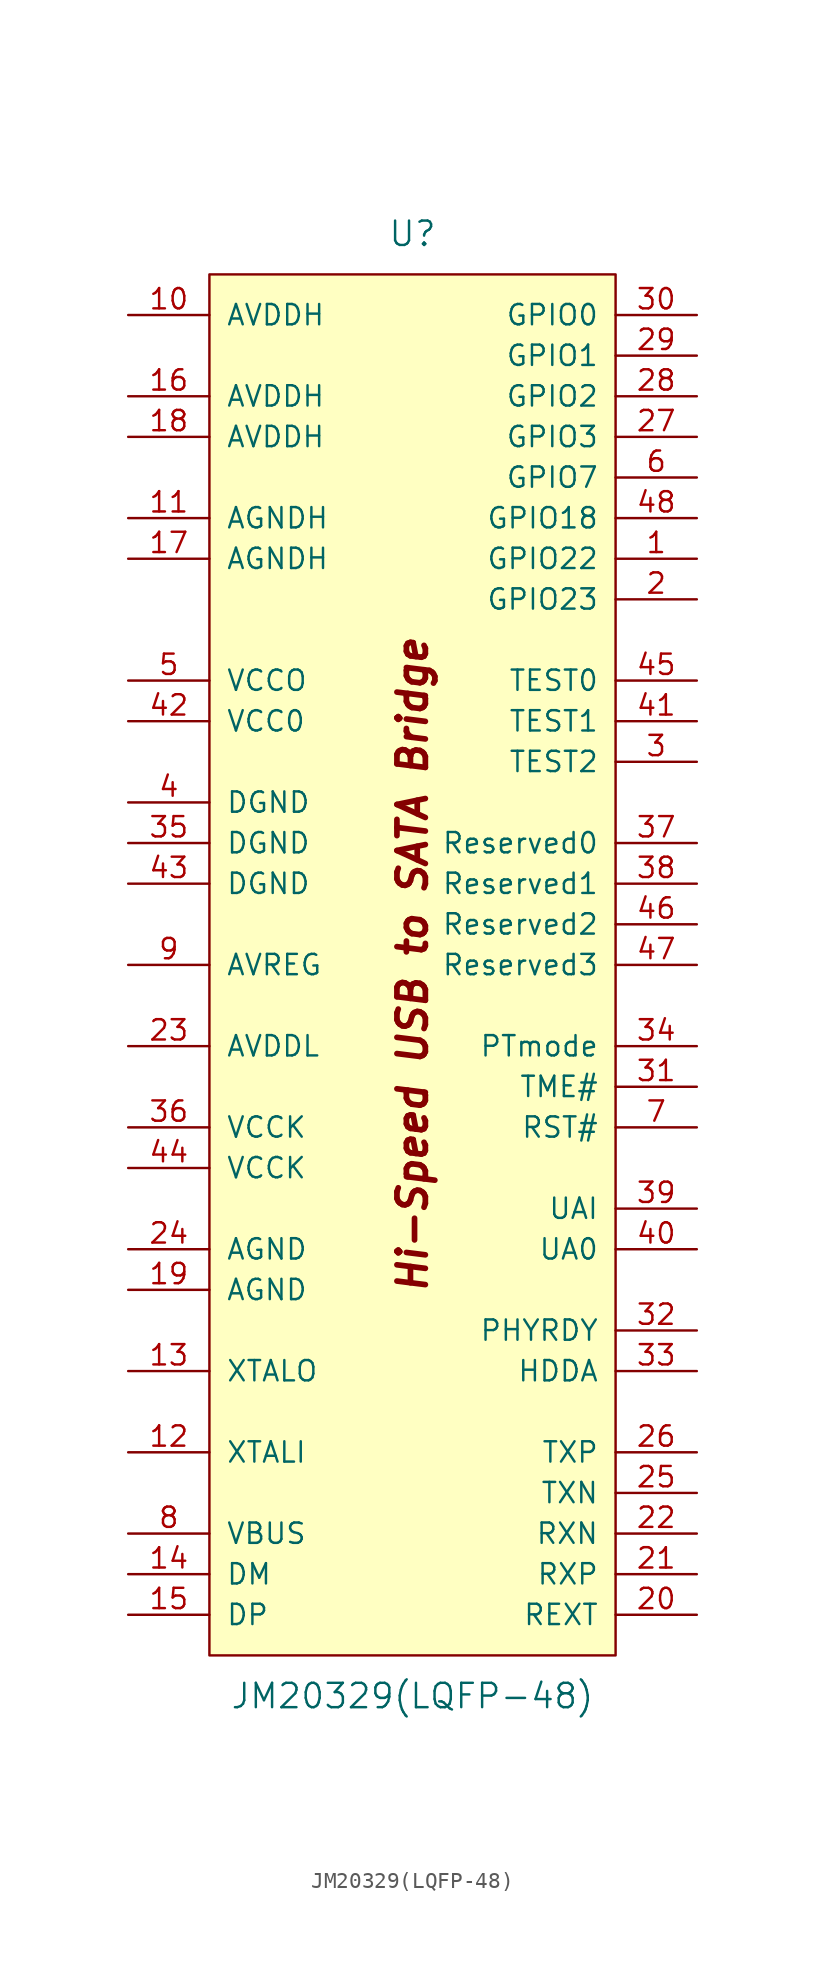
<source format=kicad_sym>
(kicad_symbol_lib
  (version 20220914)
  (generator kicad_symbol_editor)
  (symbol "JM20329(LQFP-48)"
    (pin_names
      (offset 1.016))
    (property "Reference" "U"
      (at 0 45.72 0)
      (effects (font (size 1.524 1.524))))
    (property "Value" "JM20329(LQFP-48)"
      (at 0 -45.72 0)
      (effects (font (size 1.524 1.524))))
    (symbol "JM20329(LQFP-48)_0_0"
      (text "Hi-Speed USB to SATA Bridge" (at 0 0 900) (effects (font (size 1.778 1.778) bold italic))))
    (symbol "JM20329(LQFP-48)_0_1"
      (rectangle (start -12.7 43.18) (end 12.7 -43.18) (stroke (width 0) (type solid)) (fill (type background))))
    (symbol "JM20329(LQFP-48)_1_1"
      (pin bidirectional line (at 17.78 25.4 180) (length 5.08) (name "GPIO22" (effects (font (size 1.27 1.27)))) (number "1" (effects (font (size 1.27 1.27)))))
      (pin power_in line (at -17.78 40.64 0) (length 5.08) (name "AVDDH" (effects (font (size 1.27 1.27)))) (number "10" (effects (font (size 1.27 1.27)))))
      (pin power_in line (at -17.78 27.94 0) (length 5.08) (name "AGNDH" (effects (font (size 1.27 1.27)))) (number "11" (effects (font (size 1.27 1.27)))))
      (pin input line (at -17.78 -30.48 0) (length 5.08) (name "XTALI" (effects (font (size 1.27 1.27)))) (number "12" (effects (font (size 1.27 1.27)))))
      (pin output line (at -17.78 -25.4 0) (length 5.08) (name "XTALO" (effects (font (size 1.27 1.27)))) (number "13" (effects (font (size 1.27 1.27)))))
      (pin bidirectional line (at -17.78 -38.1 0) (length 5.08) (name "DM" (effects (font (size 1.27 1.27)))) (number "14" (effects (font (size 1.27 1.27)))))
      (pin bidirectional line (at -17.78 -40.64 0) (length 5.08) (name "DP" (effects (font (size 1.27 1.27)))) (number "15" (effects (font (size 1.27 1.27)))))
      (pin power_in line (at -17.78 35.56 0) (length 5.08) (name "AVDDH" (effects (font (size 1.27 1.27)))) (number "16" (effects (font (size 1.27 1.27)))))
      (pin power_in line (at -17.78 25.4 0) (length 5.08) (name "AGNDH" (effects (font (size 1.27 1.27)))) (number "17" (effects (font (size 1.27 1.27)))))
      (pin power_in line (at -17.78 33.02 0) (length 5.08) (name "AVDDH" (effects (font (size 1.27 1.27)))) (number "18" (effects (font (size 1.27 1.27)))))
      (pin power_in line (at -17.78 -20.32 0) (length 5.08) (name "AGND" (effects (font (size 1.27 1.27)))) (number "19" (effects (font (size 1.27 1.27)))))
      (pin bidirectional line (at 17.78 22.86 180) (length 5.08) (name "GPIO23" (effects (font (size 1.27 1.27)))) (number "2" (effects (font (size 1.27 1.27)))))
      (pin input line (at 17.78 -40.64 180) (length 5.08) (name "REXT" (effects (font (size 1.27 1.27)))) (number "20" (effects (font (size 1.27 1.27)))))
      (pin input line (at 17.78 -38.1 180) (length 5.08) (name "RXP" (effects (font (size 1.27 1.27)))) (number "21" (effects (font (size 1.27 1.27)))))
      (pin input line (at 17.78 -35.56 180) (length 5.08) (name "RXN" (effects (font (size 1.27 1.27)))) (number "22" (effects (font (size 1.27 1.27)))))
      (pin power_in line (at -17.78 -5.08 0) (length 5.08) (name "AVDDL" (effects (font (size 1.27 1.27)))) (number "23" (effects (font (size 1.27 1.27)))))
      (pin power_in line (at -17.78 -17.78 0) (length 5.08) (name "AGND" (effects (font (size 1.27 1.27)))) (number "24" (effects (font (size 1.27 1.27)))))
      (pin output line (at 17.78 -33.02 180) (length 5.08) (name "TXN" (effects (font (size 1.27 1.27)))) (number "25" (effects (font (size 1.27 1.27)))))
      (pin output line (at 17.78 -30.48 180) (length 5.08) (name "TXP" (effects (font (size 1.27 1.27)))) (number "26" (effects (font (size 1.27 1.27)))))
      (pin bidirectional line (at 17.78 33.02 180) (length 5.08) (name "GPIO3" (effects (font (size 1.27 1.27)))) (number "27" (effects (font (size 1.27 1.27)))))
      (pin bidirectional line (at 17.78 35.56 180) (length 5.08) (name "GPIO2" (effects (font (size 1.27 1.27)))) (number "28" (effects (font (size 1.27 1.27)))))
      (pin bidirectional line (at 17.78 38.1 180) (length 5.08) (name "GPIO1" (effects (font (size 1.27 1.27)))) (number "29" (effects (font (size 1.27 1.27)))))
      (pin input line (at 17.78 12.7 180) (length 5.08) (name "TEST2" (effects (font (size 1.27 1.27)))) (number "3" (effects (font (size 1.27 1.27)))))
      (pin bidirectional line (at 17.78 40.64 180) (length 5.08) (name "GPIO0" (effects (font (size 1.27 1.27)))) (number "30" (effects (font (size 1.27 1.27)))))
      (pin input line (at 17.78 -7.62 180) (length 5.08) (name "TME#" (effects (font (size 1.27 1.27)))) (number "31" (effects (font (size 1.27 1.27)))))
      (pin output line (at 17.78 -22.86 180) (length 5.08) (name "PHYRDY" (effects (font (size 1.27 1.27)))) (number "32" (effects (font (size 1.27 1.27)))))
      (pin output line (at 17.78 -25.4 180) (length 5.08) (name "HDDA" (effects (font (size 1.27 1.27)))) (number "33" (effects (font (size 1.27 1.27)))))
      (pin input line (at 17.78 -5.08 180) (length 5.08) (name "PTmode" (effects (font (size 1.27 1.27)))) (number "34" (effects (font (size 1.27 1.27)))))
      (pin power_in line (at -17.78 7.62 0) (length 5.08) (name "DGND" (effects (font (size 1.27 1.27)))) (number "35" (effects (font (size 1.27 1.27)))))
      (pin power_in line (at -17.78 -10.16 0) (length 5.08) (name "VCCK" (effects (font (size 1.27 1.27)))) (number "36" (effects (font (size 1.27 1.27)))))
      (pin bidirectional line (at 17.78 7.62 180) (length 5.08) (name "Reserved0" (effects (font (size 1.27 1.27)))) (number "37" (effects (font (size 1.27 1.27)))))
      (pin bidirectional line (at 17.78 5.08 180) (length 5.08) (name "Reserved1" (effects (font (size 1.27 1.27)))) (number "38" (effects (font (size 1.27 1.27)))))
      (pin input line (at 17.78 -15.24 180) (length 5.08) (name "UAI" (effects (font (size 1.27 1.27)))) (number "39" (effects (font (size 1.27 1.27)))))
      (pin power_in line (at -17.78 10.16 0) (length 5.08) (name "DGND" (effects (font (size 1.27 1.27)))) (number "4" (effects (font (size 1.27 1.27)))))
      (pin output line (at 17.78 -17.78 180) (length 5.08) (name "UA0" (effects (font (size 1.27 1.27)))) (number "40" (effects (font (size 1.27 1.27)))))
      (pin input line (at 17.78 15.24 180) (length 5.08) (name "TEST1" (effects (font (size 1.27 1.27)))) (number "41" (effects (font (size 1.27 1.27)))))
      (pin power_in line (at -17.78 15.24 0) (length 5.08) (name "VCC0" (effects (font (size 1.27 1.27)))) (number "42" (effects (font (size 1.27 1.27)))))
      (pin power_in line (at -17.78 5.08 0) (length 5.08) (name "DGND" (effects (font (size 1.27 1.27)))) (number "43" (effects (font (size 1.27 1.27)))))
      (pin power_in line (at -17.78 -12.7 0) (length 5.08) (name "VCCK" (effects (font (size 1.27 1.27)))) (number "44" (effects (font (size 1.27 1.27)))))
      (pin input line (at 17.78 17.78 180) (length 5.08) (name "TEST0" (effects (font (size 1.27 1.27)))) (number "45" (effects (font (size 1.27 1.27)))))
      (pin bidirectional line (at 17.78 2.54 180) (length 5.08) (name "Reserved2" (effects (font (size 1.27 1.27)))) (number "46" (effects (font (size 1.27 1.27)))))
      (pin bidirectional line (at 17.78 0 180) (length 5.08) (name "Reserved3" (effects (font (size 1.27 1.27)))) (number "47" (effects (font (size 1.27 1.27)))))
      (pin bidirectional line (at 17.78 27.94 180) (length 5.08) (name "GPIO18" (effects (font (size 1.27 1.27)))) (number "48" (effects (font (size 1.27 1.27)))))
      (pin power_in line (at -17.78 17.78 0) (length 5.08) (name "VCCO" (effects (font (size 1.27 1.27)))) (number "5" (effects (font (size 1.27 1.27)))))
      (pin bidirectional line (at 17.78 30.48 180) (length 5.08) (name "GPIO7" (effects (font (size 1.27 1.27)))) (number "6" (effects (font (size 1.27 1.27)))))
      (pin input line (at 17.78 -10.16 180) (length 5.08) (name "RST#" (effects (font (size 1.27 1.27)))) (number "7" (effects (font (size 1.27 1.27)))))
      (pin input line (at -17.78 -35.56 0) (length 5.08) (name "VBUS" (effects (font (size 1.27 1.27)))) (number "8" (effects (font (size 1.27 1.27)))))
      (pin power_out line (at -17.78 0 0) (length 5.08) (name "AVREG" (effects (font (size 1.27 1.27)))) (number "9" (effects (font (size 1.27 1.27))))))))
</source>
